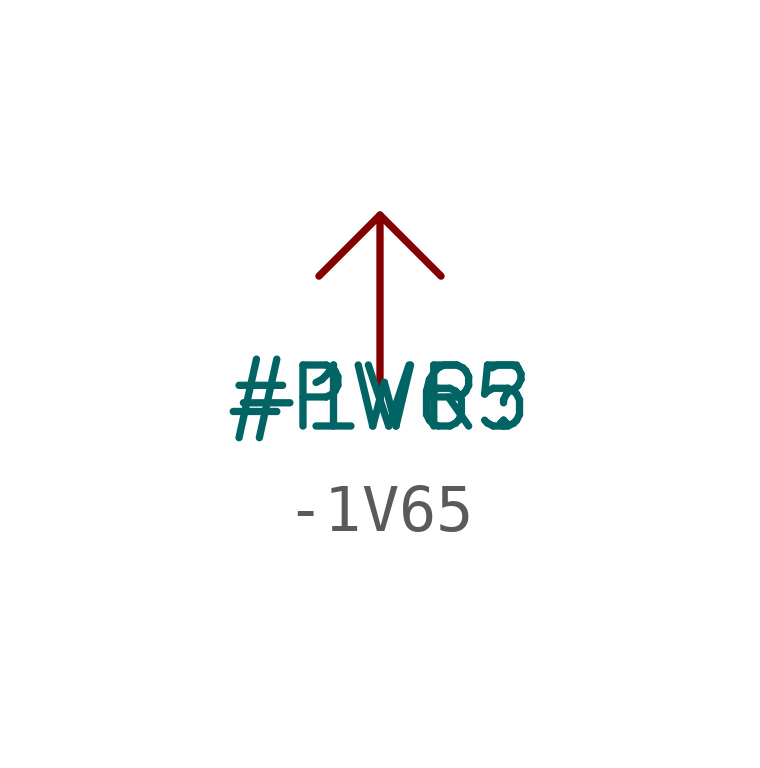
<source format=kicad_sym>
(kicad_symbol_lib
  (version 20241209)
  (generator "kicad_symbol_editor")
  (generator_version "9.0")
  (symbol "-1V65"
    (power)
    (property "Reference" "#PWR"
      (at 0 0 0)
      (effects (font (size 1.27 1.27))))
    (property "Value" "-1V65"
      (at 0 0 0)
      (effects (font (size 1.27 1.27))))
    (symbol "-1V65_0_1"
      (polyline (pts (xy 0 3.81) (xy 1.27 2.54)) (stroke (width 0) (type default)) (fill (type none)))
      (polyline (pts (xy 0 0) (xy 0 3.81) (xy -1.27 2.54)) (stroke (width 0) (type default)) (fill (type none))))
    (symbol "-1V65_1_1"
      (pin power_in line (at 0 0 90) (length 0) (hide yes) (name "-1V65" (effects (font (size 1.27 1.27)))) (number "1" (effects (font (size 1.27 1.27))))))))
</source>
